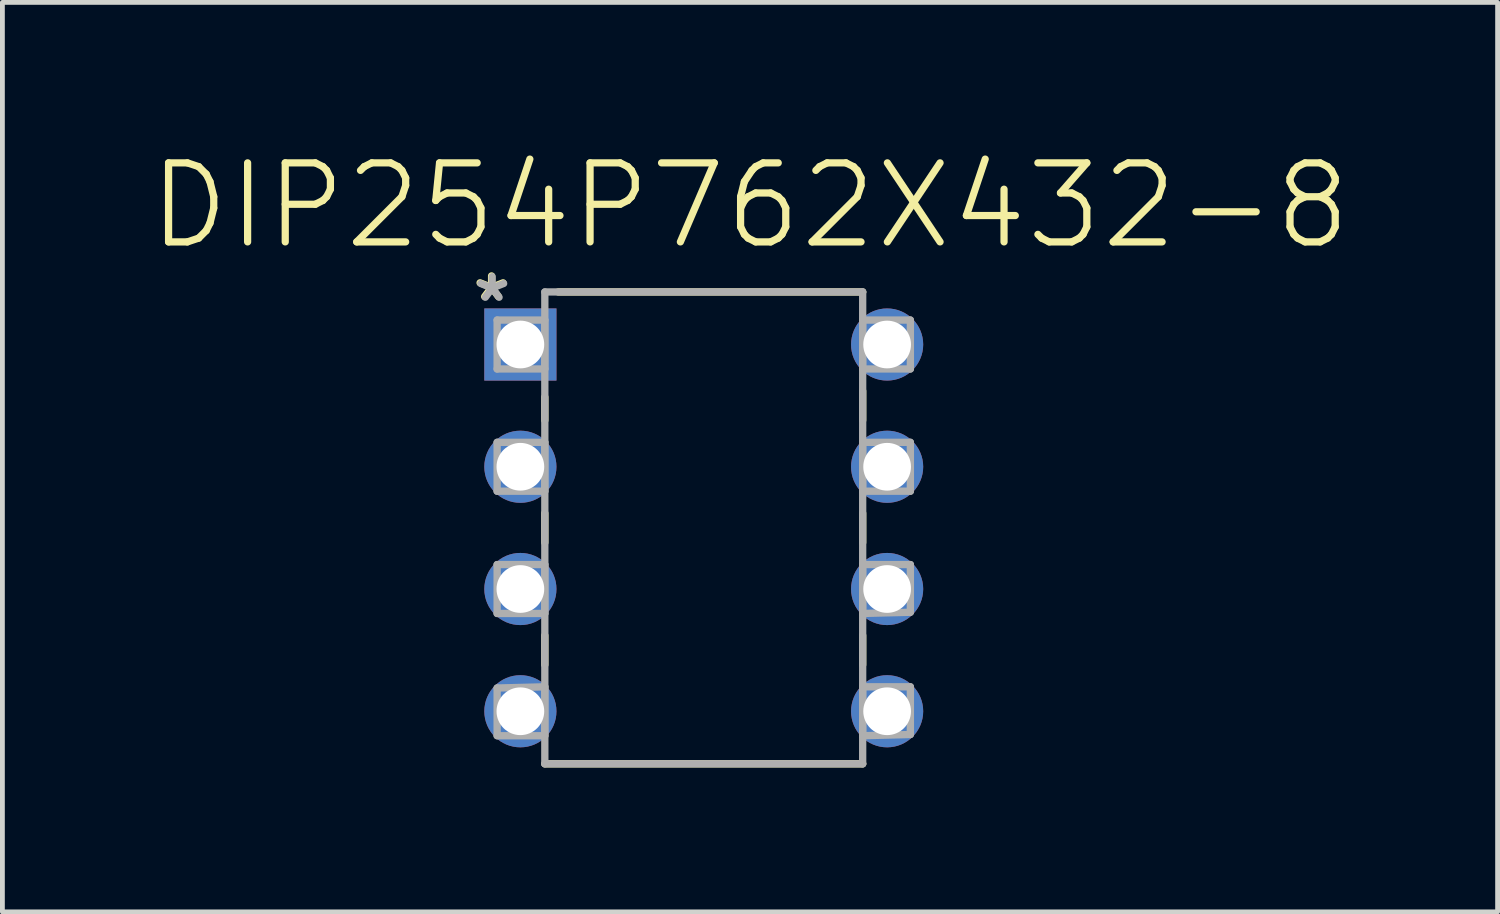
<source format=kicad_pcb>
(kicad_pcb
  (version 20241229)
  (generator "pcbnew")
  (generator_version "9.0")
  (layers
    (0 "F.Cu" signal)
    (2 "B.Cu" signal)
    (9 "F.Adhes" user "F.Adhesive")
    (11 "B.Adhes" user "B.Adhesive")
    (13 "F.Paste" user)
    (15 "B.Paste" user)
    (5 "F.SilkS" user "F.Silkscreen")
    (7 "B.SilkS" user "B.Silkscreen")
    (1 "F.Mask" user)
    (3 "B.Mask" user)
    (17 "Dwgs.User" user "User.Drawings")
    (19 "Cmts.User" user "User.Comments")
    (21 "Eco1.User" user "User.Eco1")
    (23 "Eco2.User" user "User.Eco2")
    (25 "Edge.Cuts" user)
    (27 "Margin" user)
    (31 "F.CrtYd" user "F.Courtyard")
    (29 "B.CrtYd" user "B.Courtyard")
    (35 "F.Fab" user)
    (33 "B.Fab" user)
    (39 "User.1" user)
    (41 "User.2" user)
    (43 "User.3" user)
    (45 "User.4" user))
  (footprint "DIP254P762X432-8"
    (layer "F.Cu")
    (at 15.382 11.728)
    (property "Reference" "DIP254P762X432-8" (at -2.849 -10.504 0) (layer "F.SilkS") (effects (font (size 1.642 1.642) (thickness 0.15))))
    (attr through_hole)
    (fp_line (start -7.112 -6.528) (end -7.112 -6.045) (stroke (width 0.152) (type solid)) (layer "F.SilkS"))
    (fp_line (start -7.112 -4.115) (end -7.112 -3.505) (stroke (width 0.152) (type solid)) (layer "F.SilkS"))
    (fp_line (start -7.112 -1.575) (end -7.112 -0.965) (stroke (width 0.152) (type solid)) (layer "F.SilkS"))
    (fp_line (start -7.112 1.092) (end -0.508 1.092) (stroke (width 0.152) (type solid)) (layer "F.SilkS"))
    (fp_line (start -0.508 -8.712) (end -6.833 -8.712) (stroke (width 0.152) (type solid)) (layer "F.SilkS"))
    (fp_line (start -0.508 -6.045) (end -0.508 -6.655) (stroke (width 0.152) (type solid)) (layer "F.SilkS"))
    (fp_line (start -0.508 -3.505) (end -0.508 -4.115) (stroke (width 0.152) (type solid)) (layer "F.SilkS"))
    (fp_line (start -0.508 -0.965) (end -0.508 -1.575) (stroke (width 0.152) (type solid)) (layer "F.SilkS"))
    (fp_line (start -8.103 -8.128) (end -8.103 -7.112) (stroke (width 0.152) (type solid)) (layer "F.Fab"))
    (fp_line (start -8.103 -7.112) (end -7.112 -7.112) (stroke (width 0.152) (type solid)) (layer "F.Fab"))
    (fp_line (start -8.103 -5.588) (end -8.103 -4.572) (stroke (width 0.152) (type solid)) (layer "F.Fab"))
    (fp_line (start -8.103 -4.572) (end -7.112 -4.572) (stroke (width 0.152) (type solid)) (layer "F.Fab"))
    (fp_line (start -8.103 -3.048) (end -8.103 -2.032) (stroke (width 0.152) (type solid)) (layer "F.Fab"))
    (fp_line (start -8.103 -2.032) (end -7.112 -2.032) (stroke (width 0.152) (type solid)) (layer "F.Fab"))
    (fp_line (start -8.103 -0.483) (end -8.103 0.508) (stroke (width 0.152) (type solid)) (layer "F.Fab"))
    (fp_line (start -8.103 0.508) (end -7.112 0.508) (stroke (width 0.152) (type solid)) (layer "F.Fab"))
    (fp_line (start -7.112 -8.712) (end -7.112 1.092) (stroke (width 0.152) (type solid)) (layer "F.Fab"))
    (fp_line (start -7.112 -8.128) (end -8.103 -8.128) (stroke (width 0.152) (type solid)) (layer "F.Fab"))
    (fp_line (start -7.112 -7.112) (end -7.112 -8.128) (stroke (width 0.152) (type solid)) (layer "F.Fab"))
    (fp_line (start -7.112 -5.588) (end -8.103 -5.588) (stroke (width 0.152) (type solid)) (layer "F.Fab"))
    (fp_line (start -7.112 -4.572) (end -7.112 -5.588) (stroke (width 0.152) (type solid)) (layer "F.Fab"))
    (fp_line (start -7.112 -3.048) (end -8.103 -3.048) (stroke (width 0.152) (type solid)) (layer "F.Fab"))
    (fp_line (start -7.112 -2.032) (end -7.112 -3.048) (stroke (width 0.152) (type solid)) (layer "F.Fab"))
    (fp_line (start -7.112 -0.508) (end -8.103 -0.483) (stroke (width 0.152) (type solid)) (layer "F.Fab"))
    (fp_line (start -7.112 0.508) (end -7.112 -0.508) (stroke (width 0.152) (type solid)) (layer "F.Fab"))
    (fp_line (start -7.112 1.092) (end -0.508 1.092) (stroke (width 0.152) (type solid)) (layer "F.Fab"))
    (fp_line (start -0.508 -8.712) (end -7.112 -8.712) (stroke (width 0.152) (type solid)) (layer "F.Fab"))
    (fp_line (start -0.508 -8.128) (end -0.508 -7.112) (stroke (width 0.152) (type solid)) (layer "F.Fab"))
    (fp_line (start -0.508 -7.112) (end 0.483 -7.112) (stroke (width 0.152) (type solid)) (layer "F.Fab"))
    (fp_line (start -0.508 -5.588) (end -0.508 -4.572) (stroke (width 0.152) (type solid)) (layer "F.Fab"))
    (fp_line (start -0.508 -4.572) (end 0.483 -4.572) (stroke (width 0.152) (type solid)) (layer "F.Fab"))
    (fp_line (start -0.508 -3.048) (end -0.508 -2.032) (stroke (width 0.152) (type solid)) (layer "F.Fab"))
    (fp_line (start -0.508 -2.032) (end 0.483 -2.057) (stroke (width 0.152) (type solid)) (layer "F.Fab"))
    (fp_line (start -0.508 -0.508) (end -0.508 0.508) (stroke (width 0.152) (type solid)) (layer "F.Fab"))
    (fp_line (start -0.508 0.508) (end 0.483 0.483) (stroke (width 0.152) (type solid)) (layer "F.Fab"))
    (fp_line (start -0.508 1.092) (end -0.508 -8.712) (stroke (width 0.152) (type solid)) (layer "F.Fab"))
    (fp_line (start 0.483 -8.128) (end -0.508 -8.128) (stroke (width 0.152) (type solid)) (layer "F.Fab"))
    (fp_line (start 0.483 -7.112) (end 0.483 -8.128) (stroke (width 0.152) (type solid)) (layer "F.Fab"))
    (fp_line (start 0.483 -5.588) (end -0.508 -5.588) (stroke (width 0.152) (type solid)) (layer "F.Fab"))
    (fp_line (start 0.483 -4.572) (end 0.483 -5.588) (stroke (width 0.152) (type solid)) (layer "F.Fab"))
    (fp_line (start 0.483 -3.048) (end -0.508 -3.048) (stroke (width 0.152) (type solid)) (layer "F.Fab"))
    (fp_line (start 0.483 -2.057) (end 0.483 -3.048) (stroke (width 0.152) (type solid)) (layer "F.Fab"))
    (fp_line (start 0.483 -0.508) (end -0.508 -0.508) (stroke (width 0.152) (type solid)) (layer "F.Fab"))
    (fp_line (start 0.483 0.483) (end 0.483 -0.508) (stroke (width 0.152) (type solid)) (layer "F.Fab"))
    (fp_text user "*" (at -8.219 -8.499 0) (layer "F.SilkS") (effects (font (size 1.002 1.002) (thickness 0.15))))
    (fp_text user "*" (at -8.205 -8.485 0) (layer "F.Fab") (effects (font (size 1 1) (thickness 0.15))))
    (pad "1" thru_hole rect (at -7.62 -7.62) (size 1.499 1.499) (drill 0.991) (layers "*.Cu" "*.Mask"))
    (pad "2" thru_hole circle (at -7.62 -5.08) (size 1.499 1.499) (drill 0.991) (layers "*.Cu" "*.Mask"))
    (pad "3" thru_hole circle (at -7.62 -2.54) (size 1.499 1.499) (drill 0.991) (layers "*.Cu" "*.Mask"))
    (pad "4" thru_hole circle (at -7.62 0) (size 1.499 1.499) (drill 0.991) (layers "*.Cu" "*.Mask"))
    (pad "5" thru_hole circle (at 0 0) (size 1.499 1.499) (drill 0.991) (layers "*.Cu" "*.Mask"))
    (pad "6" thru_hole circle (at 0 -2.54) (size 1.499 1.499) (drill 0.991) (layers "*.Cu" "*.Mask"))
    (pad "7" thru_hole circle (at 0 -5.08) (size 1.499 1.499) (drill 0.991) (layers "*.Cu" "*.Mask"))
    (pad "8" thru_hole circle (at 0 -7.62) (size 1.499 1.499) (drill 0.991) (layers "*.Cu" "*.Mask")))
  (gr_rect
    (start -3 -3)
    (end 28.066 15.896)
    (stroke (width 0.1) (type default))
    (fill no)
    (layer "Edge.Cuts")))
</source>
